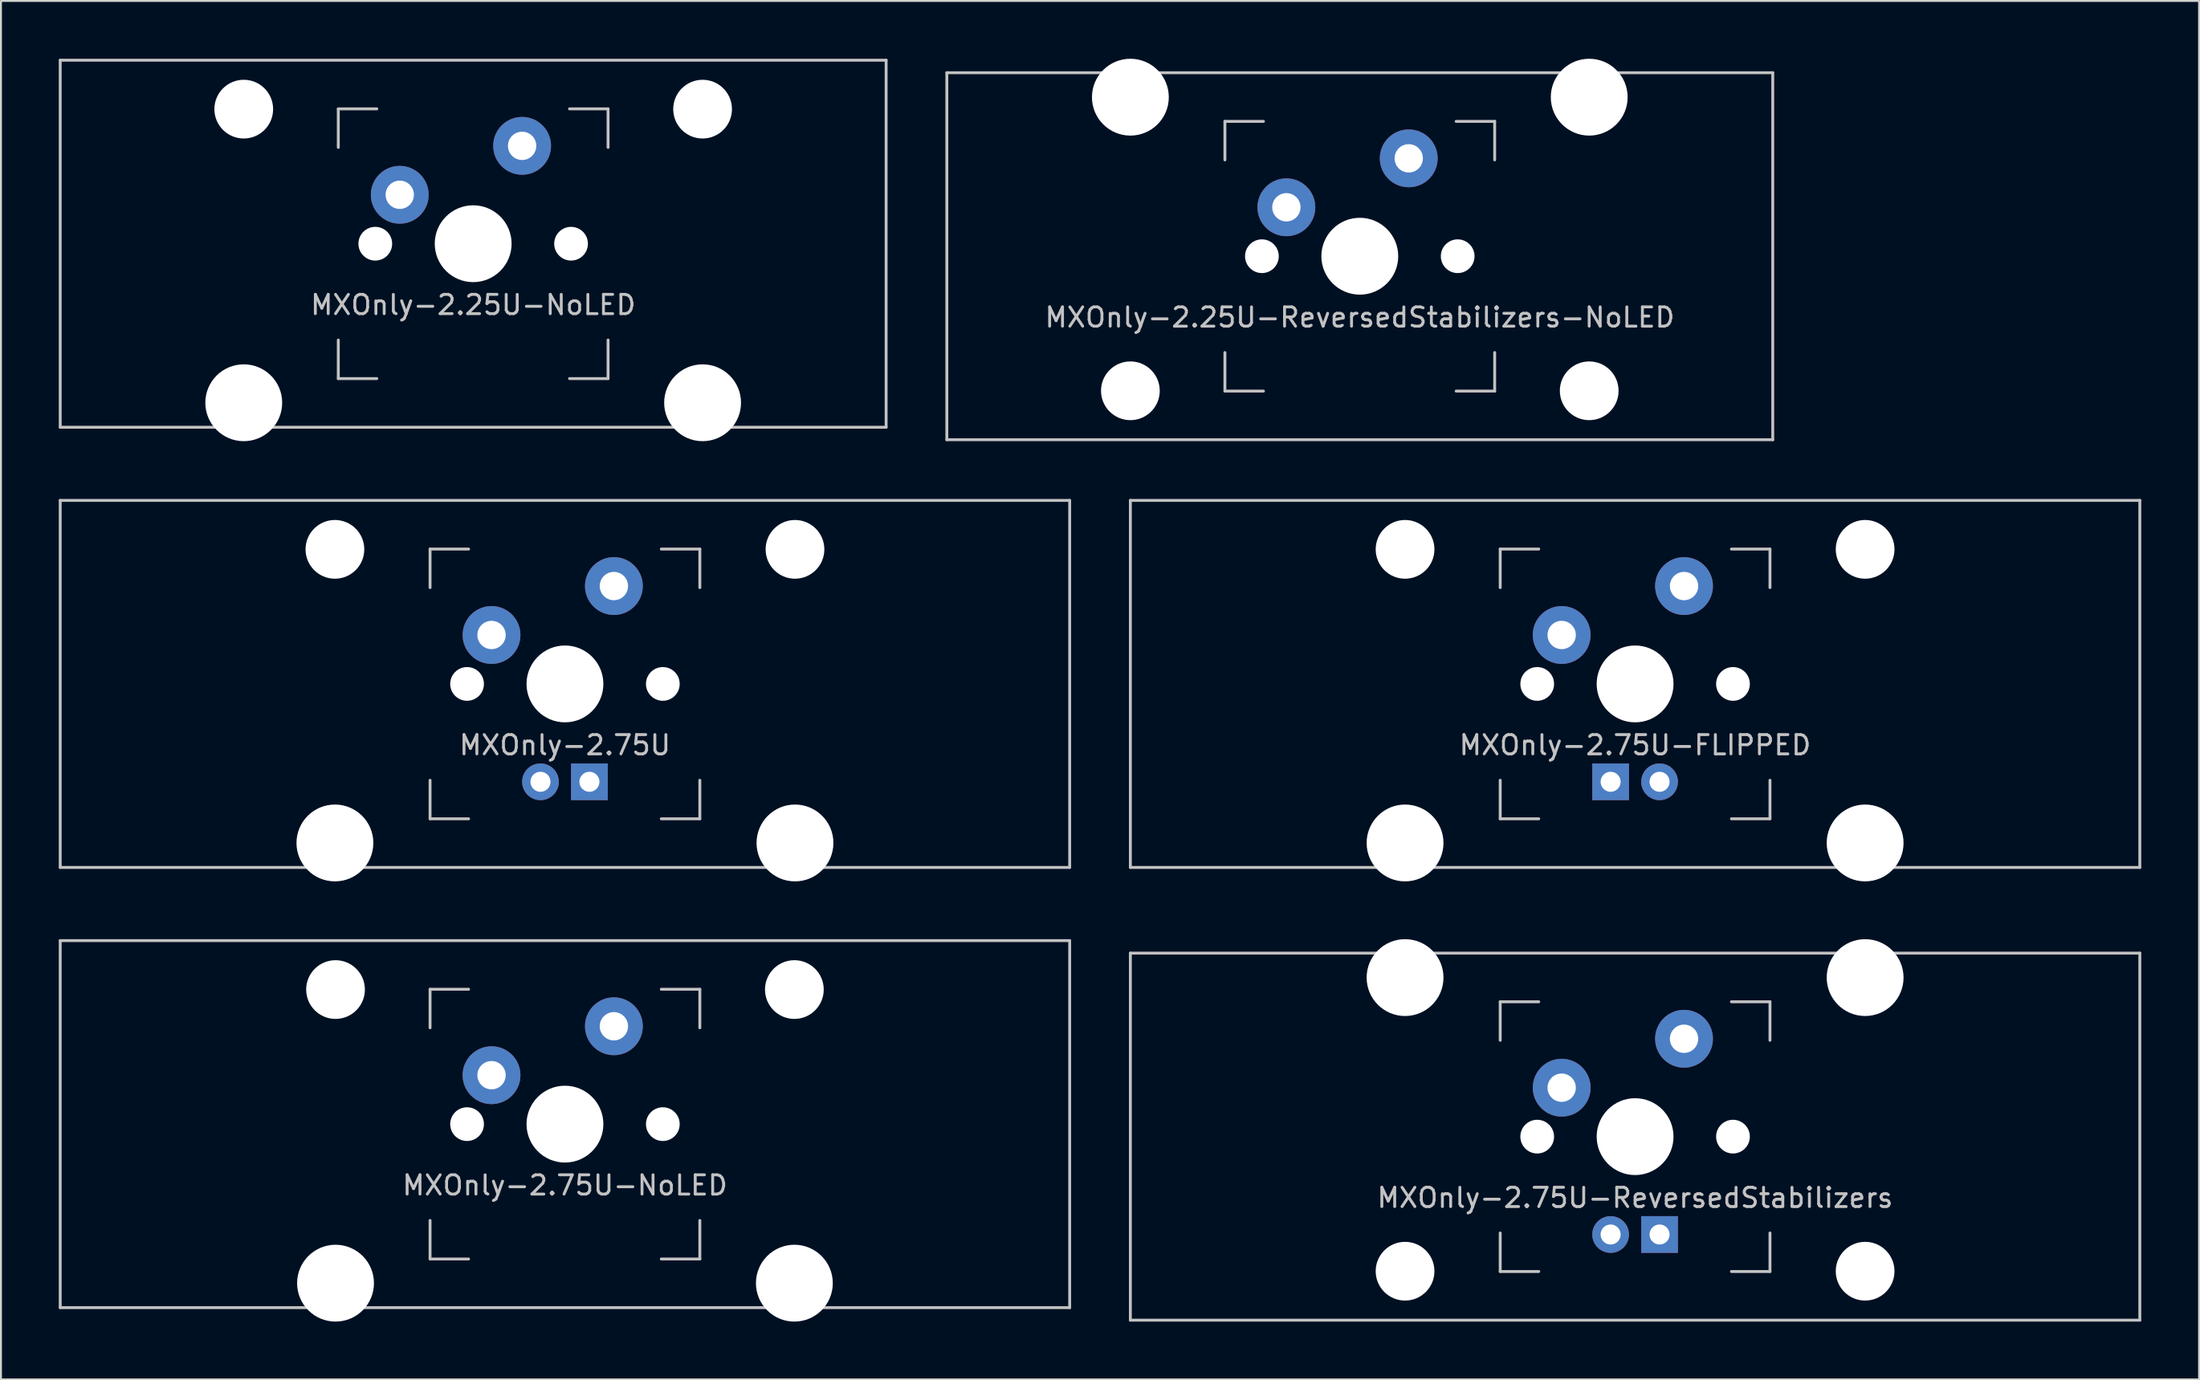
<source format=kicad_pcb>
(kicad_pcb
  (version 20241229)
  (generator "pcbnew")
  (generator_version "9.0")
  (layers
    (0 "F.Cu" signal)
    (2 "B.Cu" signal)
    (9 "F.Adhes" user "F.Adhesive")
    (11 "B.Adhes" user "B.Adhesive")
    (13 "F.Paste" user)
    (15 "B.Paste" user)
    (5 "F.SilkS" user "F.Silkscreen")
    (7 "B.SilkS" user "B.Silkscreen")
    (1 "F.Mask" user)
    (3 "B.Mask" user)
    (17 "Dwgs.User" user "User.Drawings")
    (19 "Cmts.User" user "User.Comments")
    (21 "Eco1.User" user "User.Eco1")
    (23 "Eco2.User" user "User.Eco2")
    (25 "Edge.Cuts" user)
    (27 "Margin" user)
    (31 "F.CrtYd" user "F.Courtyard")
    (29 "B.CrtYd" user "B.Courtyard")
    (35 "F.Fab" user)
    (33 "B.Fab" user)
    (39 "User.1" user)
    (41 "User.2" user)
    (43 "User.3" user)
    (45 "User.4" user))
  (footprint "MXOnly-2.25U-NoLED"
    (layer "F.Cu")
    (at 21.506 9.6)
    (property "Reference" "MXOnly-2.25U-NoLED" (at 0 3.175 0) (layer "Dwgs.User") (effects (font (size 1 1) (thickness 0.15))))
    (attr through_hole)
    (fp_line (start -21.431 -9.525) (end 21.431 -9.525) (stroke (width 0.15) (type solid)) (layer "Dwgs.User"))
    (fp_line (start -21.431 9.525) (end -21.431 -9.525) (stroke (width 0.15) (type solid)) (layer "Dwgs.User"))
    (fp_line (start -21.431 9.525) (end 21.431 9.525) (stroke (width 0.15) (type solid)) (layer "Dwgs.User"))
    (fp_line (start -7 -7) (end -7 -5) (stroke (width 0.15) (type solid)) (layer "Dwgs.User"))
    (fp_line (start -7 5) (end -7 7) (stroke (width 0.15) (type solid)) (layer "Dwgs.User"))
    (fp_line (start -7 7) (end -5 7) (stroke (width 0.15) (type solid)) (layer "Dwgs.User"))
    (fp_line (start -5 -7) (end -7 -7) (stroke (width 0.15) (type solid)) (layer "Dwgs.User"))
    (fp_line (start 5 -7) (end 7 -7) (stroke (width 0.15) (type solid)) (layer "Dwgs.User"))
    (fp_line (start 5 7) (end 7 7) (stroke (width 0.15) (type solid)) (layer "Dwgs.User"))
    (fp_line (start 7 -7) (end 7 -5) (stroke (width 0.15) (type solid)) (layer "Dwgs.User"))
    (fp_line (start 7 7) (end 7 5) (stroke (width 0.15) (type solid)) (layer "Dwgs.User"))
    (fp_line (start 21.431 -9.525) (end 21.431 9.525) (stroke (width 0.15) (type solid)) (layer "Dwgs.User"))
    (pad "" np_thru_hole circle (at -11.906 -6.985) (size 3.048 3.048) (drill 3.048) (layers "*.Cu" "*.Mask"))
    (pad "" np_thru_hole circle (at -11.906 8.255) (size 3.988 3.988) (drill 3.988) (layers "*.Cu" "*.Mask"))
    (pad "" np_thru_hole circle (at -5.08 0 48.1) (size 1.75 1.75) (drill 1.75) (layers "*.Cu" "*.Mask"))
    (pad "" np_thru_hole circle (at 0 0) (size 3.988 3.988) (drill 3.988) (layers "*.Cu" "*.Mask"))
    (pad "" np_thru_hole circle (at 5.08 0 48.1) (size 1.75 1.75) (drill 1.75) (layers "*.Cu" "*.Mask"))
    (pad "" np_thru_hole circle (at 11.906 -6.985) (size 3.048 3.048) (drill 3.048) (layers "*.Cu" "*.Mask"))
    (pad "" np_thru_hole circle (at 11.906 8.255) (size 3.988 3.988) (drill 3.988) (layers "*.Cu" "*.Mask"))
    (pad "1" thru_hole circle (at -3.81 -2.54) (size 3 3) (drill 1.47) (layers "*.Cu" "*.Mask"))
    (pad "2" thru_hole circle (at 2.54 -5.08) (size 3 3) (drill 1.47) (layers "*.Cu" "*.Mask")))
  (footprint "MXOnly-2.75U-FLIPPED"
    (layer "F.Cu")
    (at 81.806 32.449)
    (property "Reference" "MXOnly-2.75U-FLIPPED" (at 0 3.175 0) (layer "Dwgs.User") (effects (font (size 1 1) (thickness 0.15))))
    (attr through_hole)
    (fp_line (start -26.194 -9.525) (end 26.194 -9.525) (stroke (width 0.15) (type solid)) (layer "Dwgs.User"))
    (fp_line (start -26.194 9.525) (end -26.194 -9.525) (stroke (width 0.15) (type solid)) (layer "Dwgs.User"))
    (fp_line (start -26.194 9.525) (end 26.194 9.525) (stroke (width 0.15) (type solid)) (layer "Dwgs.User"))
    (fp_line (start -7 -7) (end -7 -5) (stroke (width 0.15) (type solid)) (layer "Dwgs.User"))
    (fp_line (start -7 5) (end -7 7) (stroke (width 0.15) (type solid)) (layer "Dwgs.User"))
    (fp_line (start -7 7) (end -5 7) (stroke (width 0.15) (type solid)) (layer "Dwgs.User"))
    (fp_line (start -5 -7) (end -7 -7) (stroke (width 0.15) (type solid)) (layer "Dwgs.User"))
    (fp_line (start 5 -7) (end 7 -7) (stroke (width 0.15) (type solid)) (layer "Dwgs.User"))
    (fp_line (start 5 7) (end 7 7) (stroke (width 0.15) (type solid)) (layer "Dwgs.User"))
    (fp_line (start 7 -7) (end 7 -5) (stroke (width 0.15) (type solid)) (layer "Dwgs.User"))
    (fp_line (start 7 7) (end 7 5) (stroke (width 0.15) (type solid)) (layer "Dwgs.User"))
    (fp_line (start 26.194 -9.525) (end 26.194 9.525) (stroke (width 0.15) (type solid)) (layer "Dwgs.User"))
    (pad "" np_thru_hole circle (at -11.938 -6.985) (size 3.048 3.048) (drill 3.048) (layers "*.Cu" "*.Mask"))
    (pad "" np_thru_hole circle (at -11.938 8.255) (size 3.988 3.988) (drill 3.988) (layers "*.Cu" "*.Mask"))
    (pad "" np_thru_hole circle (at -5.08 0 48.1) (size 1.75 1.75) (drill 1.75) (layers "*.Cu" "*.Mask"))
    (pad "" np_thru_hole circle (at 0 0) (size 3.988 3.988) (drill 3.988) (layers "*.Cu" "*.Mask"))
    (pad "" np_thru_hole circle (at 5.08 0 48.1) (size 1.75 1.75) (drill 1.75) (layers "*.Cu" "*.Mask"))
    (pad "" np_thru_hole circle (at 11.938 -6.985) (size 3.048 3.048) (drill 3.048) (layers "*.Cu" "*.Mask"))
    (pad "" np_thru_hole circle (at 11.938 8.255) (size 3.988 3.988) (drill 3.988) (layers "*.Cu" "*.Mask"))
    (pad "1" thru_hole circle (at -3.81 -2.54) (size 3 3) (drill 1.47) (layers "*.Cu" "*.Mask"))
    (pad "2" thru_hole circle (at 2.54 -5.08) (size 3 3) (drill 1.47) (layers "*.Cu" "*.Mask"))
    (pad "3" thru_hole circle (at 1.27 5.08) (size 1.905 1.905) (drill 1.04) (layers "*.Cu" "*.Mask"))
    (pad "4" thru_hole rect (at -1.27 5.08) (size 1.905 1.905) (drill 1.04) (layers "*.Cu" "*.Mask")))
  (footprint "MXOnly-2.75U-ReversedStabilizers"
    (layer "F.Cu")
    (at 81.806 55.947)
    (property "Reference" "MXOnly-2.75U-ReversedStabilizers" (at 0 3.175 0) (layer "Dwgs.User") (effects (font (size 1 1) (thickness 0.15))))
    (attr through_hole)
    (fp_line (start -26.194 -9.525) (end 26.194 -9.525) (stroke (width 0.15) (type solid)) (layer "Dwgs.User"))
    (fp_line (start -26.194 9.525) (end -26.194 -9.525) (stroke (width 0.15) (type solid)) (layer "Dwgs.User"))
    (fp_line (start -26.194 9.525) (end 26.194 9.525) (stroke (width 0.15) (type solid)) (layer "Dwgs.User"))
    (fp_line (start -7 -7) (end -7 -5) (stroke (width 0.15) (type solid)) (layer "Dwgs.User"))
    (fp_line (start -7 5) (end -7 7) (stroke (width 0.15) (type solid)) (layer "Dwgs.User"))
    (fp_line (start -7 7) (end -5 7) (stroke (width 0.15) (type solid)) (layer "Dwgs.User"))
    (fp_line (start -5 -7) (end -7 -7) (stroke (width 0.15) (type solid)) (layer "Dwgs.User"))
    (fp_line (start 5 -7) (end 7 -7) (stroke (width 0.15) (type solid)) (layer "Dwgs.User"))
    (fp_line (start 5 7) (end 7 7) (stroke (width 0.15) (type solid)) (layer "Dwgs.User"))
    (fp_line (start 7 -7) (end 7 -5) (stroke (width 0.15) (type solid)) (layer "Dwgs.User"))
    (fp_line (start 7 7) (end 7 5) (stroke (width 0.15) (type solid)) (layer "Dwgs.User"))
    (fp_line (start 26.194 -9.525) (end 26.194 9.525) (stroke (width 0.15) (type solid)) (layer "Dwgs.User"))
    (pad "" np_thru_hole circle (at -11.938 -8.255) (size 3.988 3.988) (drill 3.988) (layers "*.Cu" "*.Mask"))
    (pad "" np_thru_hole circle (at -11.938 6.985) (size 3.048 3.048) (drill 3.048) (layers "*.Cu" "*.Mask"))
    (pad "" np_thru_hole circle (at -5.08 0 48.1) (size 1.75 1.75) (drill 1.75) (layers "*.Cu" "*.Mask"))
    (pad "" np_thru_hole circle (at 0 0) (size 3.988 3.988) (drill 3.988) (layers "*.Cu" "*.Mask"))
    (pad "" np_thru_hole circle (at 5.08 0 48.1) (size 1.75 1.75) (drill 1.75) (layers "*.Cu" "*.Mask"))
    (pad "" np_thru_hole circle (at 11.938 -8.255) (size 3.988 3.988) (drill 3.988) (layers "*.Cu" "*.Mask"))
    (pad "" np_thru_hole circle (at 11.938 6.985) (size 3.048 3.048) (drill 3.048) (layers "*.Cu" "*.Mask"))
    (pad "1" thru_hole circle (at -3.81 -2.54) (size 3 3) (drill 1.47) (layers "*.Cu" "*.Mask"))
    (pad "2" thru_hole circle (at 2.54 -5.08) (size 3 3) (drill 1.47) (layers "*.Cu" "*.Mask"))
    (pad "3" thru_hole circle (at -1.27 5.08) (size 1.905 1.905) (drill 1.04) (layers "*.Cu" "*.Mask"))
    (pad "4" thru_hole rect (at 1.27 5.08) (size 1.905 1.905) (drill 1.04) (layers "*.Cu" "*.Mask")))
  (footprint "MXOnly-2.75U"
    (layer "F.Cu")
    (at 26.269 32.449)
    (property "Reference" "MXOnly-2.75U" (at 0 3.175 0) (layer "Dwgs.User") (effects (font (size 1 1) (thickness 0.15))))
    (attr through_hole)
    (fp_line (start -26.194 -9.525) (end 26.194 -9.525) (stroke (width 0.15) (type solid)) (layer "Dwgs.User"))
    (fp_line (start -26.194 9.525) (end -26.194 -9.525) (stroke (width 0.15) (type solid)) (layer "Dwgs.User"))
    (fp_line (start -26.194 9.525) (end 26.194 9.525) (stroke (width 0.15) (type solid)) (layer "Dwgs.User"))
    (fp_line (start -7 -7) (end -7 -5) (stroke (width 0.15) (type solid)) (layer "Dwgs.User"))
    (fp_line (start -7 5) (end -7 7) (stroke (width 0.15) (type solid)) (layer "Dwgs.User"))
    (fp_line (start -7 7) (end -5 7) (stroke (width 0.15) (type solid)) (layer "Dwgs.User"))
    (fp_line (start -5 -7) (end -7 -7) (stroke (width 0.15) (type solid)) (layer "Dwgs.User"))
    (fp_line (start 5 -7) (end 7 -7) (stroke (width 0.15) (type solid)) (layer "Dwgs.User"))
    (fp_line (start 5 7) (end 7 7) (stroke (width 0.15) (type solid)) (layer "Dwgs.User"))
    (fp_line (start 7 -7) (end 7 -5) (stroke (width 0.15) (type solid)) (layer "Dwgs.User"))
    (fp_line (start 7 7) (end 7 5) (stroke (width 0.15) (type solid)) (layer "Dwgs.User"))
    (fp_line (start 26.194 -9.525) (end 26.194 9.525) (stroke (width 0.15) (type solid)) (layer "Dwgs.User"))
    (pad "" np_thru_hole circle (at -11.938 -6.985) (size 3.048 3.048) (drill 3.048) (layers "*.Cu" "*.Mask"))
    (pad "" np_thru_hole circle (at -11.938 8.255) (size 3.988 3.988) (drill 3.988) (layers "*.Cu" "*.Mask"))
    (pad "" np_thru_hole circle (at -5.08 0 48.1) (size 1.75 1.75) (drill 1.75) (layers "*.Cu" "*.Mask"))
    (pad "" np_thru_hole circle (at 0 0) (size 3.988 3.988) (drill 3.988) (layers "*.Cu" "*.Mask"))
    (pad "" np_thru_hole circle (at 5.08 0 48.1) (size 1.75 1.75) (drill 1.75) (layers "*.Cu" "*.Mask"))
    (pad "" np_thru_hole circle (at 11.938 -6.985) (size 3.048 3.048) (drill 3.048) (layers "*.Cu" "*.Mask"))
    (pad "" np_thru_hole circle (at 11.938 8.255) (size 3.988 3.988) (drill 3.988) (layers "*.Cu" "*.Mask"))
    (pad "1" thru_hole circle (at -3.81 -2.54) (size 3 3) (drill 1.47) (layers "*.Cu" "*.Mask"))
    (pad "2" thru_hole circle (at 2.54 -5.08) (size 3 3) (drill 1.47) (layers "*.Cu" "*.Mask"))
    (pad "3" thru_hole circle (at -1.27 5.08) (size 1.905 1.905) (drill 1.04) (layers "*.Cu" "*.Mask"))
    (pad "4" thru_hole rect (at 1.27 5.08) (size 1.905 1.905) (drill 1.04) (layers "*.Cu" "*.Mask")))
  (footprint "MXOnly-2.75U-NoLED"
    (layer "F.Cu")
    (at 26.269 55.298)
    (property "Reference" "MXOnly-2.75U-NoLED" (at 0 3.175 0) (layer "Dwgs.User") (effects (font (size 1 1) (thickness 0.15))))
    (attr through_hole)
    (fp_line (start -26.194 -9.525) (end 26.194 -9.525) (stroke (width 0.15) (type solid)) (layer "Dwgs.User"))
    (fp_line (start -26.194 9.525) (end -26.194 -9.525) (stroke (width 0.15) (type solid)) (layer "Dwgs.User"))
    (fp_line (start -26.194 9.525) (end 26.194 9.525) (stroke (width 0.15) (type solid)) (layer "Dwgs.User"))
    (fp_line (start -7 -7) (end -7 -5) (stroke (width 0.15) (type solid)) (layer "Dwgs.User"))
    (fp_line (start -7 5) (end -7 7) (stroke (width 0.15) (type solid)) (layer "Dwgs.User"))
    (fp_line (start -7 7) (end -5 7) (stroke (width 0.15) (type solid)) (layer "Dwgs.User"))
    (fp_line (start -5 -7) (end -7 -7) (stroke (width 0.15) (type solid)) (layer "Dwgs.User"))
    (fp_line (start 5 -7) (end 7 -7) (stroke (width 0.15) (type solid)) (layer "Dwgs.User"))
    (fp_line (start 5 7) (end 7 7) (stroke (width 0.15) (type solid)) (layer "Dwgs.User"))
    (fp_line (start 7 -7) (end 7 -5) (stroke (width 0.15) (type solid)) (layer "Dwgs.User"))
    (fp_line (start 7 7) (end 7 5) (stroke (width 0.15) (type solid)) (layer "Dwgs.User"))
    (fp_line (start 26.194 -9.525) (end 26.194 9.525) (stroke (width 0.15) (type solid)) (layer "Dwgs.User"))
    (pad "" np_thru_hole circle (at -11.906 -6.985) (size 3.048 3.048) (drill 3.048) (layers "*.Cu" "*.Mask"))
    (pad "" np_thru_hole circle (at -11.906 8.255) (size 3.988 3.988) (drill 3.988) (layers "*.Cu" "*.Mask"))
    (pad "" np_thru_hole circle (at -5.08 0 48.1) (size 1.75 1.75) (drill 1.75) (layers "*.Cu" "*.Mask"))
    (pad "" np_thru_hole circle (at 0 0) (size 3.988 3.988) (drill 3.988) (layers "*.Cu" "*.Mask"))
    (pad "" np_thru_hole circle (at 5.08 0 48.1) (size 1.75 1.75) (drill 1.75) (layers "*.Cu" "*.Mask"))
    (pad "" np_thru_hole circle (at 11.906 -6.985) (size 3.048 3.048) (drill 3.048) (layers "*.Cu" "*.Mask"))
    (pad "" np_thru_hole circle (at 11.906 8.255) (size 3.988 3.988) (drill 3.988) (layers "*.Cu" "*.Mask"))
    (pad "1" thru_hole circle (at -3.81 -2.54) (size 3 3) (drill 1.47) (layers "*.Cu" "*.Mask"))
    (pad "2" thru_hole circle (at 2.54 -5.08) (size 3 3) (drill 1.47) (layers "*.Cu" "*.Mask")))
  (footprint "MXOnly-2.25U-ReversedStabilizers-NoLED"
    (layer "F.Cu")
    (at 67.519 10.249)
    (property "Reference" "MXOnly-2.25U-ReversedStabilizers-NoLED" (at 0 3.175 0) (layer "Dwgs.User") (effects (font (size 1 1) (thickness 0.15))))
    (attr through_hole)
    (fp_line (start -21.431 -9.525) (end 21.431 -9.525) (stroke (width 0.15) (type solid)) (layer "Dwgs.User"))
    (fp_line (start -21.431 9.525) (end -21.431 -9.525) (stroke (width 0.15) (type solid)) (layer "Dwgs.User"))
    (fp_line (start -21.431 9.525) (end 21.431 9.525) (stroke (width 0.15) (type solid)) (layer "Dwgs.User"))
    (fp_line (start -7 -7) (end -7 -5) (stroke (width 0.15) (type solid)) (layer "Dwgs.User"))
    (fp_line (start -7 5) (end -7 7) (stroke (width 0.15) (type solid)) (layer "Dwgs.User"))
    (fp_line (start -7 7) (end -5 7) (stroke (width 0.15) (type solid)) (layer "Dwgs.User"))
    (fp_line (start -5 -7) (end -7 -7) (stroke (width 0.15) (type solid)) (layer "Dwgs.User"))
    (fp_line (start 5 -7) (end 7 -7) (stroke (width 0.15) (type solid)) (layer "Dwgs.User"))
    (fp_line (start 5 7) (end 7 7) (stroke (width 0.15) (type solid)) (layer "Dwgs.User"))
    (fp_line (start 7 -7) (end 7 -5) (stroke (width 0.15) (type solid)) (layer "Dwgs.User"))
    (fp_line (start 7 7) (end 7 5) (stroke (width 0.15) (type solid)) (layer "Dwgs.User"))
    (fp_line (start 21.431 -9.525) (end 21.431 9.525) (stroke (width 0.15) (type solid)) (layer "Dwgs.User"))
    (pad "" np_thru_hole circle (at -11.906 -8.255) (size 3.988 3.988) (drill 3.988) (layers "*.Cu" "*.Mask"))
    (pad "" np_thru_hole circle (at -11.906 6.985) (size 3.048 3.048) (drill 3.048) (layers "*.Cu" "*.Mask"))
    (pad "" np_thru_hole circle (at -5.08 0 48.1) (size 1.75 1.75) (drill 1.75) (layers "*.Cu" "*.Mask"))
    (pad "" np_thru_hole circle (at 0 0) (size 3.988 3.988) (drill 3.988) (layers "*.Cu" "*.Mask"))
    (pad "" np_thru_hole circle (at 5.08 0 48.1) (size 1.75 1.75) (drill 1.75) (layers "*.Cu" "*.Mask"))
    (pad "" np_thru_hole circle (at 11.906 -8.255) (size 3.988 3.988) (drill 3.988) (layers "*.Cu" "*.Mask"))
    (pad "" np_thru_hole circle (at 11.906 6.985) (size 3.048 3.048) (drill 3.048) (layers "*.Cu" "*.Mask"))
    (pad "1" thru_hole circle (at -3.81 -2.54) (size 3 3) (drill 1.47) (layers "*.Cu" "*.Mask"))
    (pad "2" thru_hole circle (at 2.54 -5.08) (size 3 3) (drill 1.47) (layers "*.Cu" "*.Mask")))
  (gr_rect
    (start -3 -3)
    (end 111.075 68.547)
    (stroke (width 0.1) (type default))
    (fill no)
    (layer "Edge.Cuts")))
</source>
